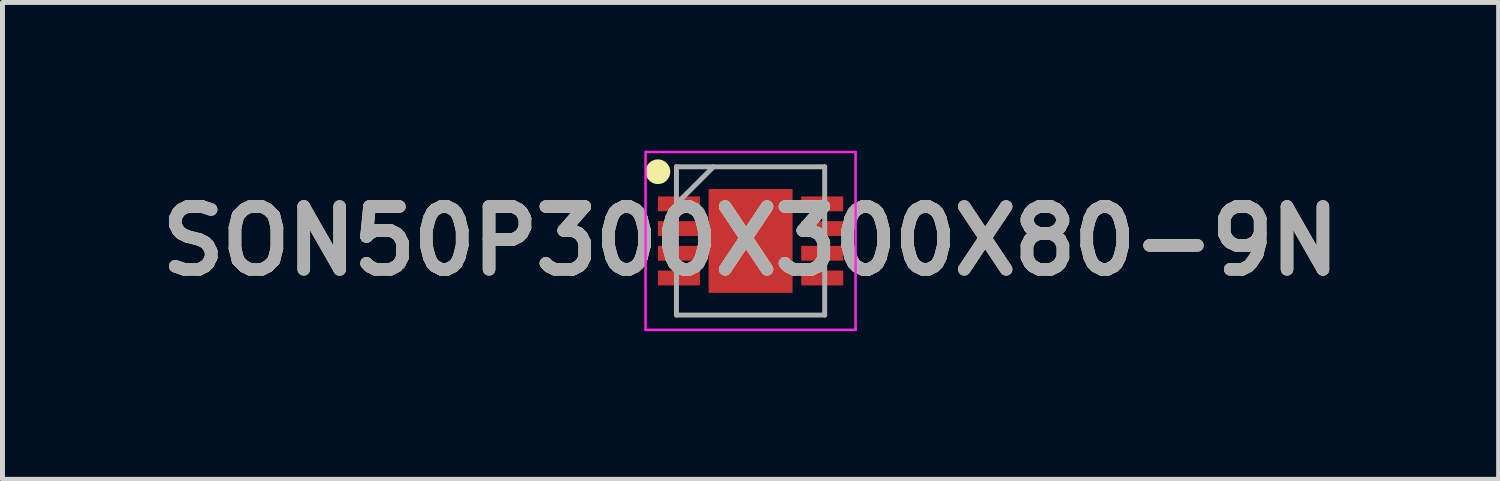
<source format=kicad_pcb>
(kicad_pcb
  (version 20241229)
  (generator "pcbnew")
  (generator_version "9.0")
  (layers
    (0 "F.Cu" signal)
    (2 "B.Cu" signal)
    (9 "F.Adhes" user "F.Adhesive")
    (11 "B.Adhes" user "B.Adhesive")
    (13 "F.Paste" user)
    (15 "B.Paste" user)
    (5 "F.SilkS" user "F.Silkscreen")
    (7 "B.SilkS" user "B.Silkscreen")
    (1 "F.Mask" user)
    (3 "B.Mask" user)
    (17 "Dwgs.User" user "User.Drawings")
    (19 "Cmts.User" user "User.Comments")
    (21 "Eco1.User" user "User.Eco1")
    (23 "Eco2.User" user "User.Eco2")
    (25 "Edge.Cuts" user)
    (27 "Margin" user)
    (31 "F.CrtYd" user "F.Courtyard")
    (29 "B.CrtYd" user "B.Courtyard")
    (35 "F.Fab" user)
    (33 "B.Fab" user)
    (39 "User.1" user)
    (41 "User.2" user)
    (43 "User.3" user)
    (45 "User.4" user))
  (footprint "SON50P300X300X80-9N"
    (layer "F.Cu")
    (at 12.138 1.825)
    (property "Reference" "SON50P300X300X80-9N" (at 0 0 0) (layer "F.SilkS") (effects (font (size 1.27 1.27) (thickness 0.254))))
    (attr smd)
    (fp_circle (center -1.875 -1.4) (end -1.875 -1.275) (stroke (width 0.25) (type solid)) (fill no) (layer "F.SilkS"))
    (fp_line (start -2.125 -1.8) (end 2.125 -1.8) (stroke (width 0.05) (type solid)) (layer "F.CrtYd"))
    (fp_line (start -2.125 1.8) (end -2.125 -1.8) (stroke (width 0.05) (type solid)) (layer "F.CrtYd"))
    (fp_line (start 2.125 -1.8) (end 2.125 1.8) (stroke (width 0.05) (type solid)) (layer "F.CrtYd"))
    (fp_line (start 2.125 1.8) (end -2.125 1.8) (stroke (width 0.05) (type solid)) (layer "F.CrtYd"))
    (fp_line (start -1.5 -1.5) (end 1.5 -1.5) (stroke (width 0.1) (type solid)) (layer "F.Fab"))
    (fp_line (start -1.5 -0.75) (end -0.75 -1.5) (stroke (width 0.1) (type solid)) (layer "F.Fab"))
    (fp_line (start -1.5 1.5) (end -1.5 -1.5) (stroke (width 0.1) (type solid)) (layer "F.Fab"))
    (fp_line (start 1.5 -1.5) (end 1.5 1.5) (stroke (width 0.1) (type solid)) (layer "F.Fab"))
    (fp_line (start 1.5 1.5) (end -1.5 1.5) (stroke (width 0.1) (type solid)) (layer "F.Fab"))
    (fp_text user "${REFERENCE}" (at 0 0 0) (layer "F.Fab") (effects (font (size 1.27 1.27) (thickness 0.254))))
    (pad "1" smd rect (at -1.45 -0.75 90) (size 0.3 0.85) (layers "F.Cu" "F.Mask" "F.Paste"))
    (pad "2" smd rect (at -1.45 -0.25 90) (size 0.3 0.85) (layers "F.Cu" "F.Mask" "F.Paste"))
    (pad "3" smd rect (at -1.45 0.25 90) (size 0.3 0.85) (layers "F.Cu" "F.Mask" "F.Paste"))
    (pad "4" smd rect (at -1.45 0.75 90) (size 0.3 0.85) (layers "F.Cu" "F.Mask" "F.Paste"))
    (pad "5" smd rect (at 1.45 0.75 90) (size 0.3 0.85) (layers "F.Cu" "F.Mask" "F.Paste"))
    (pad "6" smd rect (at 1.45 0.25 90) (size 0.3 0.85) (layers "F.Cu" "F.Mask" "F.Paste"))
    (pad "7" smd rect (at 1.45 -0.25 90) (size 0.3 0.85) (layers "F.Cu" "F.Mask" "F.Paste"))
    (pad "8" smd rect (at 1.45 -0.75 90) (size 0.3 0.85) (layers "F.Cu" "F.Mask" "F.Paste"))
    (pad "9" smd rect (at 0 0) (size 1.7 2.1) (layers "F.Cu" "F.Mask" "F.Paste")))
  (gr_rect
    (start -3 -3)
    (end 27.275 6.65)
    (stroke (width 0.1) (type default))
    (fill no)
    (layer "Edge.Cuts")))
</source>
